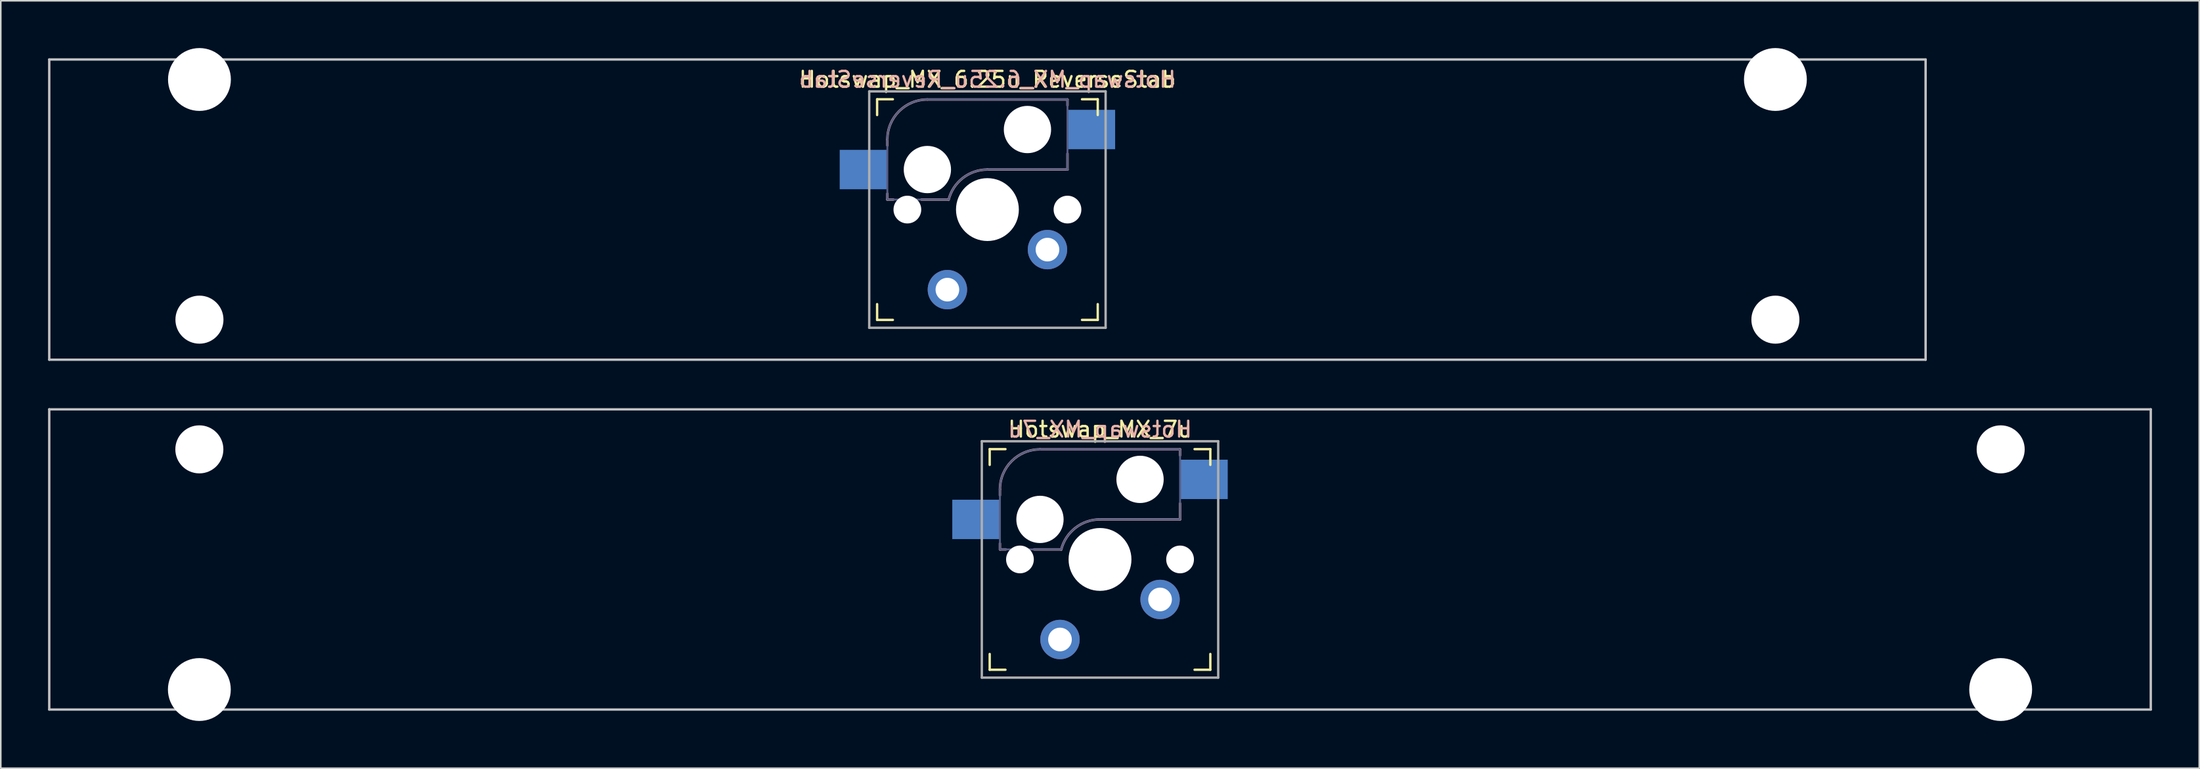
<source format=kicad_pcb>
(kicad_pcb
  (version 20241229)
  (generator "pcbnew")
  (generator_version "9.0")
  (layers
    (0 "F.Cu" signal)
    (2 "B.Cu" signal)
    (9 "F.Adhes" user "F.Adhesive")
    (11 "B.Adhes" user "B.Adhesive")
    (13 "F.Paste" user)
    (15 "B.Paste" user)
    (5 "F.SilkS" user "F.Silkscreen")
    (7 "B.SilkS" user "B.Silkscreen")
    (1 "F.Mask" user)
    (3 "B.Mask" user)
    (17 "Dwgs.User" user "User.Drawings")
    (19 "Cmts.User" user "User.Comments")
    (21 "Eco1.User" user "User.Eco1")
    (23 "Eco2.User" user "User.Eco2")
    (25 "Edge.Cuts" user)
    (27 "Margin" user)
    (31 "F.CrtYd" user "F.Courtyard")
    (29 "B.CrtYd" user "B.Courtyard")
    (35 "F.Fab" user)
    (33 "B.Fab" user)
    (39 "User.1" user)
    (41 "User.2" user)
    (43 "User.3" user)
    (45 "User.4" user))
  (footprint "Hotswap_MX_7u"
    (layer "F.Cu")
    (at 66.75 32.449)
    (property "Reference" "Hotswap_MX_7u" (at 0 -8.255 0) (layer "F.SilkS") (effects (font (size 1 1) (thickness 0.15))))
    (attr through_hole)
    (fp_line (start -7 -6) (end -7 -7) (stroke (width 0.15) (type solid)) (layer "F.SilkS"))
    (fp_line (start -7 7) (end -7 6) (stroke (width 0.15) (type solid)) (layer "F.SilkS"))
    (fp_line (start -7 7) (end -6 7) (stroke (width 0.15) (type solid)) (layer "F.SilkS"))
    (fp_line (start -6 -7) (end -7 -7) (stroke (width 0.15) (type solid)) (layer "F.SilkS"))
    (fp_line (start 6 7) (end 7 7) (stroke (width 0.15) (type solid)) (layer "F.SilkS"))
    (fp_line (start 7 -7) (end 6 -7) (stroke (width 0.15) (type solid)) (layer "F.SilkS"))
    (fp_line (start 7 -7) (end 7 -6) (stroke (width 0.15) (type solid)) (layer "F.SilkS"))
    (fp_line (start 7 6) (end 7 7) (stroke (width 0.15) (type solid)) (layer "F.SilkS"))
    (fp_line (start -6.35 -4.445) (end -6.35 -4.064) (stroke (width 0.15) (type solid)) (layer "B.SilkS"))
    (fp_line (start -6.35 -1.016) (end -6.35 -0.635) (stroke (width 0.15) (type solid)) (layer "B.SilkS"))
    (fp_line (start -6.35 -0.635) (end -5.969 -0.635) (stroke (width 0.15) (type solid)) (layer "B.SilkS"))
    (fp_line (start -4.191 -0.635) (end -2.54 -0.635) (stroke (width 0.15) (type solid)) (layer "B.SilkS"))
    (fp_line (start 0 -2.54) (end 5.08 -2.54) (stroke (width 0.15) (type solid)) (layer "B.SilkS"))
    (fp_line (start 5.08 -6.985) (end -3.81 -6.985) (stroke (width 0.15) (type solid)) (layer "B.SilkS"))
    (fp_line (start 5.08 -6.604) (end 5.08 -6.985) (stroke (width 0.15) (type solid)) (layer "B.SilkS"))
    (fp_line (start 5.08 -2.54) (end 5.08 -3.556) (stroke (width 0.15) (type solid)) (layer "B.SilkS"))
    (fp_arc (start -6.35 -4.445) (mid -5.606051 -6.241051) (end -3.81 -6.985) (stroke (width 0.15) (type solid)) (layer "B.SilkS"))
    (fp_arc (start -2.464162 -0.61604) (mid -1.563147 -2.002042) (end 0 -2.54) (stroke (width 0.15) (type solid)) (layer "B.SilkS"))
    (fp_line (start -66.675 -9.525) (end 66.675 -9.525) (stroke (width 0.15) (type solid)) (layer "Dwgs.User"))
    (fp_line (start -66.675 9.525) (end -66.675 -9.525) (stroke (width 0.15) (type solid)) (layer "Dwgs.User"))
    (fp_line (start -66.675 9.525) (end 66.675 9.525) (stroke (width 0.15) (type solid)) (layer "Dwgs.User"))
    (fp_line (start 66.675 -9.525) (end 66.675 9.525) (stroke (width 0.15) (type solid)) (layer "Dwgs.User"))
    (fp_line (start -58.801 -5.334) (end -58.801 6.096) (stroke (width 0.152) (type solid)) (layer "Eco2.User"))
    (fp_line (start -58.801 6.096) (end -55.499 6.096) (stroke (width 0.152) (type solid)) (layer "Eco2.User"))
    (fp_line (start -55.499 -5.334) (end -58.801 -5.334) (stroke (width 0.152) (type solid)) (layer "Eco2.User"))
    (fp_line (start -55.499 6.096) (end -55.499 -5.334) (stroke (width 0.152) (type solid)) (layer "Eco2.User"))
    (fp_line (start -6.9 6.9) (end -6.9 -6.9) (stroke (width 0.15) (type solid)) (layer "Eco2.User"))
    (fp_line (start -6.9 6.9) (end 6.9 6.9) (stroke (width 0.15) (type solid)) (layer "Eco2.User"))
    (fp_line (start 6.9 -6.9) (end -6.9 -6.9) (stroke (width 0.15) (type solid)) (layer "Eco2.User"))
    (fp_line (start 6.9 -6.9) (end 6.9 6.9) (stroke (width 0.15) (type solid)) (layer "Eco2.User"))
    (fp_line (start 55.499 -5.334) (end 55.499 6.096) (stroke (width 0.152) (type solid)) (layer "Eco2.User"))
    (fp_line (start 55.499 6.096) (end 58.801 6.096) (stroke (width 0.152) (type solid)) (layer "Eco2.User"))
    (fp_line (start 58.801 -5.334) (end 55.499 -5.334) (stroke (width 0.152) (type solid)) (layer "Eco2.User"))
    (fp_line (start 58.801 6.096) (end 58.801 -5.334) (stroke (width 0.152) (type solid)) (layer "Eco2.User"))
    (fp_line (start -6.35 -4.445) (end -6.35 -0.635) (stroke (width 0.12) (type solid)) (layer "B.Fab"))
    (fp_line (start -6.35 -0.635) (end -2.54 -0.635) (stroke (width 0.12) (type solid)) (layer "B.Fab"))
    (fp_line (start 0 -2.54) (end 5.08 -2.54) (stroke (width 0.12) (type solid)) (layer "B.Fab"))
    (fp_line (start 5.08 -6.985) (end -3.81 -6.985) (stroke (width 0.12) (type solid)) (layer "B.Fab"))
    (fp_line (start 5.08 -2.54) (end 5.08 -6.985) (stroke (width 0.12) (type solid)) (layer "B.Fab"))
    (fp_arc (start -6.35 -4.445) (mid -5.606051 -6.241051) (end -3.81 -6.985) (stroke (width 0.12) (type solid)) (layer "B.Fab"))
    (fp_arc (start -2.464162 -0.61604) (mid -1.563147 -2.002042) (end 0 -2.54) (stroke (width 0.12) (type solid)) (layer "B.Fab"))
    (fp_line (start -7.5 -7.5) (end 7.5 -7.5) (stroke (width 0.15) (type solid)) (layer "F.Fab"))
    (fp_line (start -7.5 7.5) (end -7.5 -7.5) (stroke (width 0.15) (type solid)) (layer "F.Fab"))
    (fp_line (start 7.5 -7.5) (end 7.5 7.5) (stroke (width 0.15) (type solid)) (layer "F.Fab"))
    (fp_line (start 7.5 7.5) (end -7.5 7.5) (stroke (width 0.15) (type solid)) (layer "F.Fab"))
    (fp_text user "${REFERENCE}" (at 0 -8.255 0) (layer "B.SilkS") (effects (font (size 1 1) (thickness 0.15)) (justify mirror)))
    (pad "" np_thru_hole circle (at -57.15 -6.985) (size 3.048 3.048) (drill 3.048) (layers "*.Cu" "*.Mask"))
    (pad "" np_thru_hole circle (at -57.15 8.255) (size 3.988 3.988) (drill 3.988) (layers "*.Cu" "*.Mask"))
    (pad "" np_thru_hole circle (at -5.08 0 180) (size 1.76 1.76) (drill 1.76) (layers "*.Cu" "*.Mask"))
    (pad "" np_thru_hole circle (at -3.81 -2.54 180) (size 3 3) (drill 3) (layers "*.Cu" "*.Mask"))
    (pad "" np_thru_hole circle (at 0 0 180) (size 3.988 3.988) (drill 3.988) (layers "*.Cu" "*.Mask"))
    (pad "" np_thru_hole circle (at 2.54 -5.08 180) (size 3 3) (drill 3) (layers "*.Cu" "*.Mask"))
    (pad "" np_thru_hole circle (at 5.08 0 180) (size 1.76 1.76) (drill 1.76) (layers "*.Cu" "*.Mask"))
    (pad "" np_thru_hole circle (at 57.15 -6.985) (size 3.048 3.048) (drill 3.048) (layers "*.Cu" "*.Mask"))
    (pad "" np_thru_hole circle (at 57.15 8.255) (size 3.988 3.988) (drill 3.988) (layers "*.Cu" "*.Mask"))
    (pad "1" smd rect (at -7.874 -2.54 180) (size 3 2.5) (layers "B.Cu" "B.Mask" "B.Paste"))
    (pad "1" thru_hole circle (at 3.81 2.54 180) (size 2.5 2.5) (drill 1.5) (layers "*.Cu" "B.Mask"))
    (pad "2" thru_hole circle (at -2.54 5.08 180) (size 2.5 2.5) (drill 1.5) (layers "*.Cu" "B.Mask"))
    (pad "2" smd rect (at 6.604 -5.08 180) (size 3 2.5) (layers "B.Cu" "B.Mask" "B.Paste")))
  (footprint "Hotswap_MX_6.25u_ReverseStab"
    (layer "F.Cu")
    (at 59.606 10.249)
    (property "Reference" "Hotswap_MX_6.25u_ReverseStab" (at 0 -8.255 0) (layer "F.SilkS") (effects (font (size 1 1) (thickness 0.15))))
    (attr through_hole)
    (fp_line (start -7 -6) (end -7 -7) (stroke (width 0.15) (type solid)) (layer "F.SilkS"))
    (fp_line (start -7 7) (end -7 6) (stroke (width 0.15) (type solid)) (layer "F.SilkS"))
    (fp_line (start -7 7) (end -6 7) (stroke (width 0.15) (type solid)) (layer "F.SilkS"))
    (fp_line (start -6 -7) (end -7 -7) (stroke (width 0.15) (type solid)) (layer "F.SilkS"))
    (fp_line (start 6 7) (end 7 7) (stroke (width 0.15) (type solid)) (layer "F.SilkS"))
    (fp_line (start 7 -7) (end 6 -7) (stroke (width 0.15) (type solid)) (layer "F.SilkS"))
    (fp_line (start 7 -7) (end 7 -6) (stroke (width 0.15) (type solid)) (layer "F.SilkS"))
    (fp_line (start 7 6) (end 7 7) (stroke (width 0.15) (type solid)) (layer "F.SilkS"))
    (fp_line (start -6.35 -4.445) (end -6.35 -4.064) (stroke (width 0.15) (type solid)) (layer "B.SilkS"))
    (fp_line (start -6.35 -1.016) (end -6.35 -0.635) (stroke (width 0.15) (type solid)) (layer "B.SilkS"))
    (fp_line (start -6.35 -0.635) (end -5.969 -0.635) (stroke (width 0.15) (type solid)) (layer "B.SilkS"))
    (fp_line (start -4.191 -0.635) (end -2.54 -0.635) (stroke (width 0.15) (type solid)) (layer "B.SilkS"))
    (fp_line (start 0 -2.54) (end 5.08 -2.54) (stroke (width 0.15) (type solid)) (layer "B.SilkS"))
    (fp_line (start 5.08 -6.985) (end -3.81 -6.985) (stroke (width 0.15) (type solid)) (layer "B.SilkS"))
    (fp_line (start 5.08 -6.604) (end 5.08 -6.985) (stroke (width 0.15) (type solid)) (layer "B.SilkS"))
    (fp_line (start 5.08 -2.54) (end 5.08 -3.556) (stroke (width 0.15) (type solid)) (layer "B.SilkS"))
    (fp_arc (start -6.35 -4.445) (mid -5.606051 -6.241051) (end -3.81 -6.985) (stroke (width 0.15) (type solid)) (layer "B.SilkS"))
    (fp_arc (start -2.464162 -0.61604) (mid -1.563147 -2.002042) (end 0 -2.54) (stroke (width 0.15) (type solid)) (layer "B.SilkS"))
    (fp_line (start -59.531 -9.525) (end 59.531 -9.525) (stroke (width 0.15) (type solid)) (layer "Dwgs.User"))
    (fp_line (start -59.531 9.525) (end -59.531 -9.525) (stroke (width 0.15) (type solid)) (layer "Dwgs.User"))
    (fp_line (start -59.531 9.525) (end 59.531 9.525) (stroke (width 0.15) (type solid)) (layer "Dwgs.User"))
    (fp_line (start 59.531 -9.525) (end 59.531 9.525) (stroke (width 0.15) (type solid)) (layer "Dwgs.User"))
    (fp_line (start -51.651 -6.096) (end -51.651 5.334) (stroke (width 0.152) (type solid)) (layer "Eco2.User"))
    (fp_line (start -51.651 5.334) (end -48.349 5.334) (stroke (width 0.152) (type solid)) (layer "Eco2.User"))
    (fp_line (start -48.349 -6.096) (end -51.651 -6.096) (stroke (width 0.152) (type solid)) (layer "Eco2.User"))
    (fp_line (start -48.349 5.334) (end -48.349 -6.096) (stroke (width 0.152) (type solid)) (layer "Eco2.User"))
    (fp_line (start -6.9 6.9) (end -6.9 -6.9) (stroke (width 0.15) (type solid)) (layer "Eco2.User"))
    (fp_line (start -6.9 6.9) (end 6.9 6.9) (stroke (width 0.15) (type solid)) (layer "Eco2.User"))
    (fp_line (start 6.9 -6.9) (end -6.9 -6.9) (stroke (width 0.15) (type solid)) (layer "Eco2.User"))
    (fp_line (start 6.9 -6.9) (end 6.9 6.9) (stroke (width 0.15) (type solid)) (layer "Eco2.User"))
    (fp_line (start 48.349 -6.096) (end 48.349 5.334) (stroke (width 0.152) (type solid)) (layer "Eco2.User"))
    (fp_line (start 48.349 5.334) (end 51.651 5.334) (stroke (width 0.152) (type solid)) (layer "Eco2.User"))
    (fp_line (start 51.651 -6.096) (end 48.349 -6.096) (stroke (width 0.152) (type solid)) (layer "Eco2.User"))
    (fp_line (start 51.651 5.334) (end 51.651 -6.096) (stroke (width 0.152) (type solid)) (layer "Eco2.User"))
    (fp_line (start -6.35 -4.445) (end -6.35 -0.635) (stroke (width 0.12) (type solid)) (layer "B.Fab"))
    (fp_line (start -6.35 -0.635) (end -2.54 -0.635) (stroke (width 0.12) (type solid)) (layer "B.Fab"))
    (fp_line (start 0 -2.54) (end 5.08 -2.54) (stroke (width 0.12) (type solid)) (layer "B.Fab"))
    (fp_line (start 5.08 -6.985) (end -3.81 -6.985) (stroke (width 0.12) (type solid)) (layer "B.Fab"))
    (fp_line (start 5.08 -2.54) (end 5.08 -6.985) (stroke (width 0.12) (type solid)) (layer "B.Fab"))
    (fp_arc (start -6.35 -4.445) (mid -5.606051 -6.241051) (end -3.81 -6.985) (stroke (width 0.12) (type solid)) (layer "B.Fab"))
    (fp_arc (start -2.464162 -0.61604) (mid -1.563147 -2.002042) (end 0 -2.54) (stroke (width 0.12) (type solid)) (layer "B.Fab"))
    (fp_line (start -7.5 -7.5) (end 7.5 -7.5) (stroke (width 0.15) (type solid)) (layer "F.Fab"))
    (fp_line (start -7.5 7.5) (end -7.5 -7.5) (stroke (width 0.15) (type solid)) (layer "F.Fab"))
    (fp_line (start 7.5 -7.5) (end 7.5 7.5) (stroke (width 0.15) (type solid)) (layer "F.Fab"))
    (fp_line (start 7.5 7.5) (end -7.5 7.5) (stroke (width 0.15) (type solid)) (layer "F.Fab"))
    (fp_text user "${REFERENCE}" (at 0 -8.255 0) (layer "B.SilkS") (effects (font (size 1 1) (thickness 0.15)) (justify mirror)))
    (pad "" np_thru_hole circle (at -50 -8.255 180) (size 3.988 3.988) (drill 3.988) (layers "*.Cu" "*.Mask"))
    (pad "" np_thru_hole circle (at -50 6.985 180) (size 3.048 3.048) (drill 3.048) (layers "*.Cu" "*.Mask"))
    (pad "" np_thru_hole circle (at -5.08 0 180) (size 1.76 1.76) (drill 1.76) (layers "*.Cu" "*.Mask"))
    (pad "" np_thru_hole circle (at -3.81 -2.54 180) (size 3 3) (drill 3) (layers "*.Cu" "*.Mask"))
    (pad "" np_thru_hole circle (at 0 0 180) (size 3.988 3.988) (drill 3.988) (layers "*.Cu" "*.Mask"))
    (pad "" np_thru_hole circle (at 2.54 -5.08 180) (size 3 3) (drill 3) (layers "*.Cu" "*.Mask"))
    (pad "" np_thru_hole circle (at 5.08 0 180) (size 1.76 1.76) (drill 1.76) (layers "*.Cu" "*.Mask"))
    (pad "" np_thru_hole circle (at 50 -8.255 180) (size 3.988 3.988) (drill 3.988) (layers "*.Cu" "*.Mask"))
    (pad "" np_thru_hole circle (at 50 6.985 180) (size 3.048 3.048) (drill 3.048) (layers "*.Cu" "*.Mask"))
    (pad "1" smd rect (at -7.874 -2.54 180) (size 3 2.5) (layers "B.Cu" "B.Mask" "B.Paste"))
    (pad "1" thru_hole circle (at 3.81 2.54 180) (size 2.5 2.5) (drill 1.5) (layers "*.Cu" "B.Mask"))
    (pad "2" thru_hole circle (at -2.54 5.08 180) (size 2.5 2.5) (drill 1.5) (layers "*.Cu" "B.Mask"))
    (pad "2" smd rect (at 6.604 -5.08 180) (size 3 2.5) (layers "B.Cu" "B.Mask" "B.Paste")))
  (gr_rect
    (start -3 -3)
    (end 136.5 45.698)
    (stroke (width 0.1) (type default))
    (fill no)
    (layer "Edge.Cuts")))
</source>
